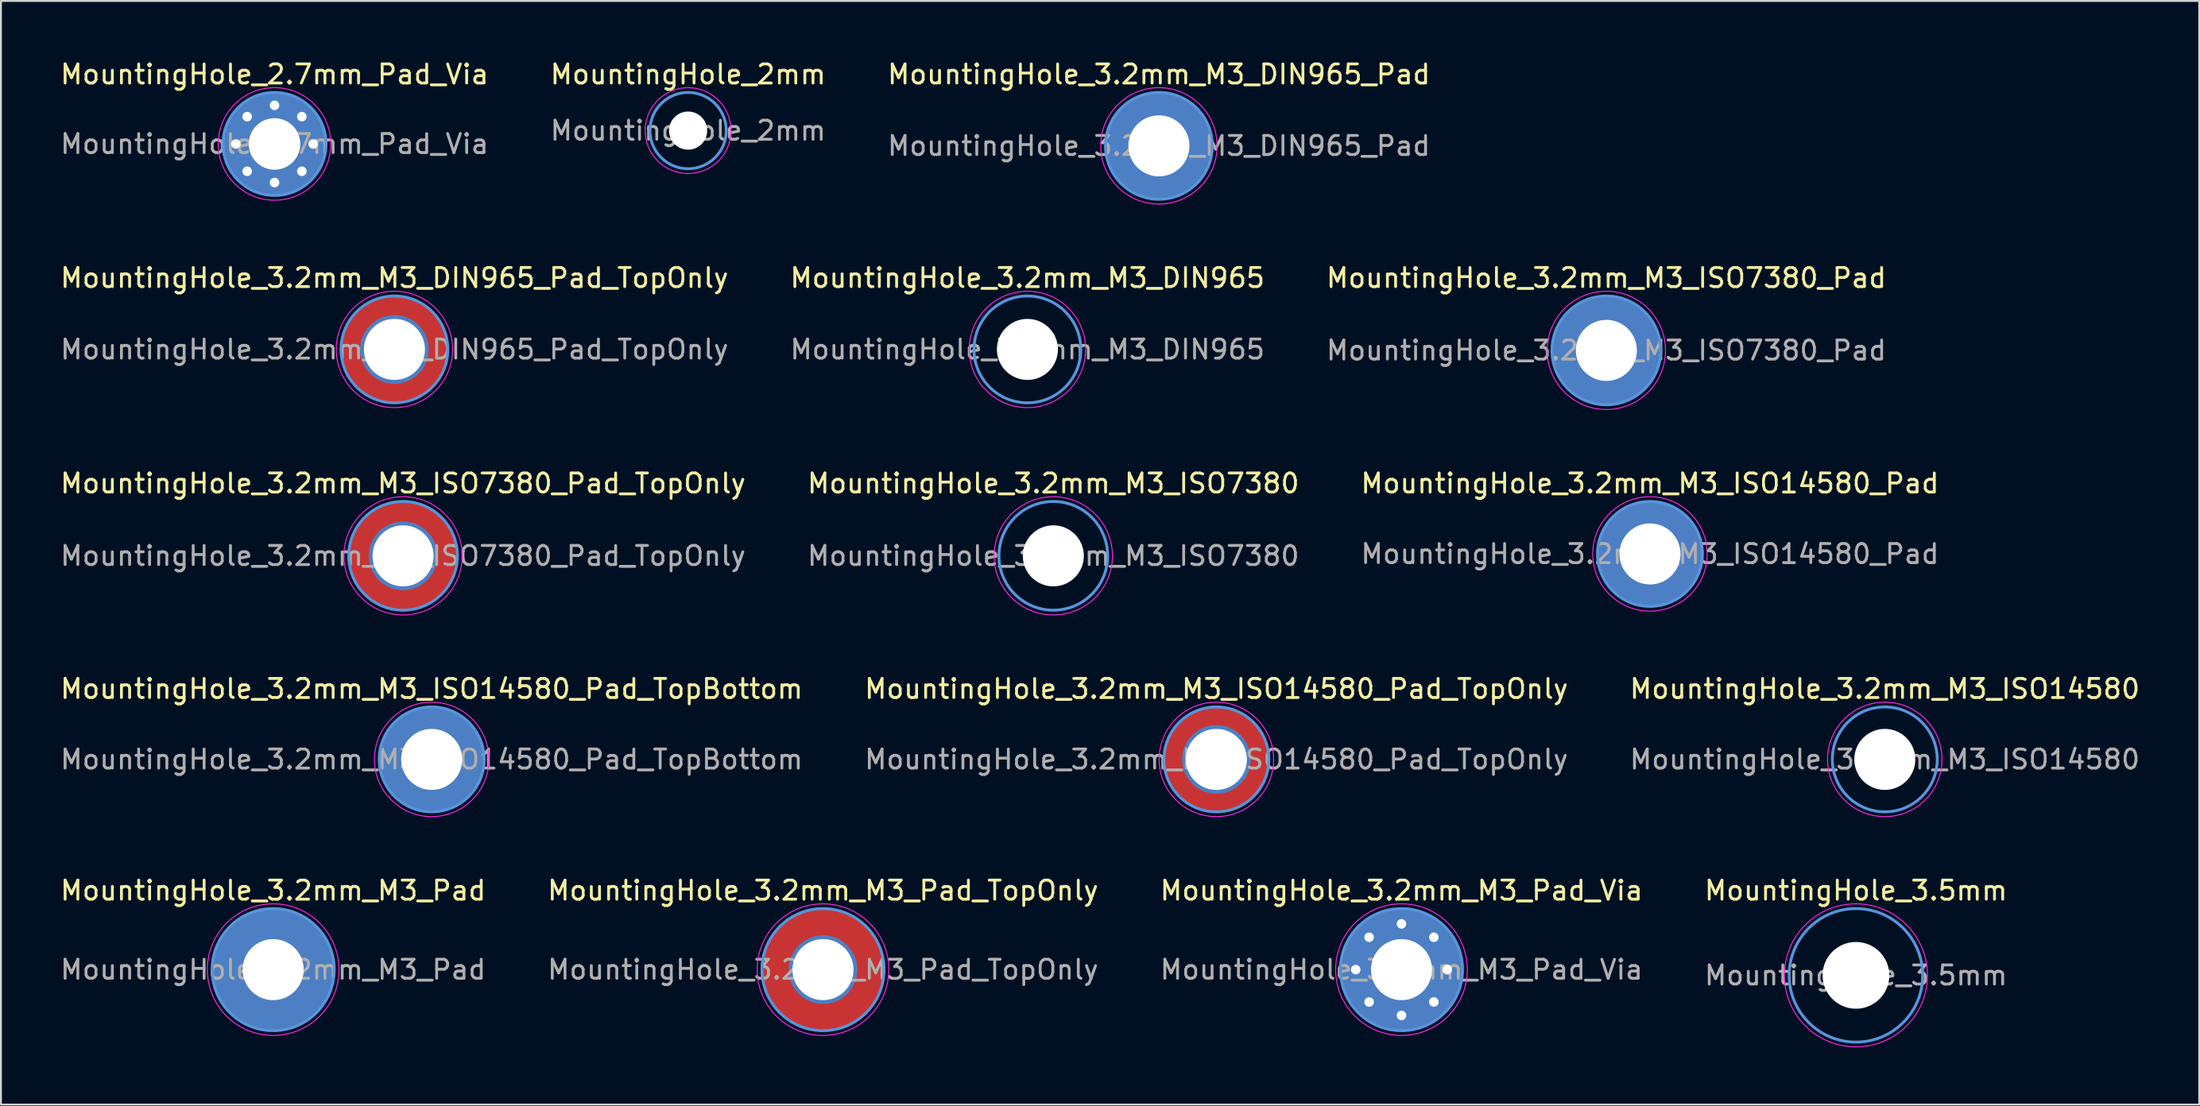
<source format=kicad_pcb>
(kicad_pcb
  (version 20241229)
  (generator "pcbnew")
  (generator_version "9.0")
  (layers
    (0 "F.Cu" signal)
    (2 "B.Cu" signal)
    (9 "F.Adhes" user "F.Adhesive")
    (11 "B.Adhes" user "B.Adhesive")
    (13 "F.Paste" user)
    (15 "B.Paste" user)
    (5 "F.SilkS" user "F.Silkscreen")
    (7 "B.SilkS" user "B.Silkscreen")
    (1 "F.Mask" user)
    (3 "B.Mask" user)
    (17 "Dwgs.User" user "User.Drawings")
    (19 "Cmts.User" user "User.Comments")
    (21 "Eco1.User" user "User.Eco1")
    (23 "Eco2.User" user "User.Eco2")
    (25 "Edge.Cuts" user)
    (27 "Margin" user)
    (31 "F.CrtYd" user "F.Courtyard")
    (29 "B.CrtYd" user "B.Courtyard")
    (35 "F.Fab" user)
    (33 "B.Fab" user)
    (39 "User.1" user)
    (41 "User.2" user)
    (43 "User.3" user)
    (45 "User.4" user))
  (footprint "MountingHole_3.2mm_M3_Pad_TopOnly"
    (layer "F.Cu")
    (at 40.089 47.791)
    (property "Reference" "MountingHole_3.2mm_M3_Pad_TopOnly" (at 0 -4.15 0) (layer "F.SilkS") (effects (font (size 1 1) (thickness 0.15))))
    (attr exclude_from_pos_files exclude_from_bom)
    (fp_circle (center 0 0) (end 3.2 0) (stroke (width 0.15) (type solid)) (fill no) (layer "Cmts.User"))
    (fp_circle (center 0 0) (end 3.45 0) (stroke (width 0.05) (type solid)) (fill no) (layer "F.CrtYd"))
    (fp_text user "${REFERENCE}" (at 0 0 0) (layer "F.Fab") (effects (font (size 1 1) (thickness 0.15))))
    (pad "1" thru_hole circle (at 0 0) (size 3.6 3.6) (drill 3.2) (layers "*.Cu" "*.Mask"))
    (pad "1" connect circle (at 0 0) (size 6.4 6.4) (layers "F.Cu" "F.Mask")))
  (footprint "MountingHole_2mm"
    (layer "F.Cu")
    (at 33.018 3.798)
    (property "Reference" "MountingHole_2mm" (at 0 -2.95 0) (layer "F.SilkS") (effects (font (size 1 1) (thickness 0.15))))
    (attr exclude_from_pos_files exclude_from_bom)
    (fp_circle (center 0 0) (end 2 0) (stroke (width 0.15) (type solid)) (fill no) (layer "Cmts.User"))
    (fp_circle (center 0 0) (end 2.25 0) (stroke (width 0.05) (type solid)) (fill no) (layer "F.CrtYd"))
    (fp_text user "${REFERENCE}" (at 0 0 0) (layer "F.Fab") (effects (font (size 1 1) (thickness 0.15))))
    (pad "" np_thru_hole circle (at 0 0) (size 2 2) (drill 2) (layers "*.Cu" "*.Mask")))
  (footprint "MountingHole_3.2mm_M3_DIN965"
    (layer "F.Cu")
    (at 50.804 15.271)
    (property "Reference" "MountingHole_3.2mm_M3_DIN965" (at 0 -3.75 0) (layer "F.SilkS") (effects (font (size 1 1) (thickness 0.15))))
    (attr exclude_from_pos_files exclude_from_bom)
    (fp_circle (center 0 0) (end 2.8 0) (stroke (width 0.15) (type solid)) (fill no) (layer "Cmts.User"))
    (fp_circle (center 0 0) (end 3.05 0) (stroke (width 0.05) (type solid)) (fill no) (layer "F.CrtYd"))
    (fp_text user "${REFERENCE}" (at 0 0 0) (layer "F.Fab") (effects (font (size 1 1) (thickness 0.15))))
    (pad "" np_thru_hole circle (at 0 0) (size 3.2 3.2) (drill 3.2) (layers "*.Cu" "*.Mask")))
  (footprint "MountingHole_3.2mm_M3_ISO7380"
    (layer "F.Cu")
    (at 52.161 26.095)
    (property "Reference" "MountingHole_3.2mm_M3_ISO7380" (at 0 -3.8 0) (layer "F.SilkS") (effects (font (size 1 1) (thickness 0.15))))
    (attr exclude_from_pos_files exclude_from_bom)
    (fp_circle (center 0 0) (end 2.85 0) (stroke (width 0.15) (type solid)) (fill no) (layer "Cmts.User"))
    (fp_circle (center 0 0) (end 3.1 0) (stroke (width 0.05) (type solid)) (fill no) (layer "F.CrtYd"))
    (fp_text user "${REFERENCE}" (at 0 0 0) (layer "F.Fab") (effects (font (size 1 1) (thickness 0.15))))
    (pad "" np_thru_hole circle (at 0 0) (size 3.2 3.2) (drill 3.2) (layers "*.Cu" "*.Mask")))
  (footprint "MountingHole_2.7mm_Pad_Via"
    (layer "F.Cu")
    (at 11.339 4.498)
    (property "Reference" "MountingHole_2.7mm_Pad_Via" (at 0 -3.65 0) (layer "F.SilkS") (effects (font (size 1 1) (thickness 0.15))))
    (attr exclude_from_pos_files exclude_from_bom)
    (fp_circle (center 0 0) (end 2.7 0) (stroke (width 0.15) (type solid)) (fill no) (layer "Cmts.User"))
    (fp_circle (center 0 0) (end 2.95 0) (stroke (width 0.05) (type solid)) (fill no) (layer "F.CrtYd"))
    (fp_text user "${REFERENCE}" (at 0 0 0) (layer "F.Fab") (effects (font (size 1 1) (thickness 0.15))))
    (pad "1" thru_hole circle (at -2.025 0) (size 0.8 0.8) (drill 0.5) (layers "*.Cu" "*.Mask"))
    (pad "1" thru_hole circle (at -1.432 -1.432) (size 0.8 0.8) (drill 0.5) (layers "*.Cu" "*.Mask"))
    (pad "1" thru_hole circle (at -1.432 1.432) (size 0.8 0.8) (drill 0.5) (layers "*.Cu" "*.Mask"))
    (pad "1" thru_hole circle (at 0 -2.025) (size 0.8 0.8) (drill 0.5) (layers "*.Cu" "*.Mask"))
    (pad "1" thru_hole circle (at 0 0) (size 5.4 5.4) (drill 2.7) (layers "*.Cu" "*.Mask"))
    (pad "1" thru_hole circle (at 0 2.025) (size 0.8 0.8) (drill 0.5) (layers "*.Cu" "*.Mask"))
    (pad "1" thru_hole circle (at 1.432 -1.432) (size 0.8 0.8) (drill 0.5) (layers "*.Cu" "*.Mask"))
    (pad "1" thru_hole circle (at 1.432 1.432) (size 0.8 0.8) (drill 0.5) (layers "*.Cu" "*.Mask"))
    (pad "1" thru_hole circle (at 2.025 0) (size 0.8 0.8) (drill 0.5) (layers "*.Cu" "*.Mask")))
  (footprint "MountingHole_3.2mm_M3_ISO14580"
    (layer "F.Cu")
    (at 95.744 36.768)
    (property "Reference" "MountingHole_3.2mm_M3_ISO14580" (at 0 -3.7 0) (layer "F.SilkS") (effects (font (size 1 1) (thickness 0.15))))
    (attr exclude_from_pos_files exclude_from_bom)
    (fp_circle (center 0 0) (end 2.75 0) (stroke (width 0.15) (type solid)) (fill no) (layer "Cmts.User"))
    (fp_circle (center 0 0) (end 3 0) (stroke (width 0.05) (type solid)) (fill no) (layer "F.CrtYd"))
    (fp_text user "${REFERENCE}" (at 0 0 0) (layer "F.Fab") (effects (font (size 1 1) (thickness 0.15))))
    (pad "" np_thru_hole circle (at 0 0) (size 3.2 3.2) (drill 3.2) (layers "*.Cu" "*.Mask")))
  (footprint "MountingHole_3.2mm_M3_DIN965_Pad"
    (layer "F.Cu")
    (at 57.696 4.598)
    (property "Reference" "MountingHole_3.2mm_M3_DIN965_Pad" (at 0 -3.75 0) (layer "F.SilkS") (effects (font (size 1 1) (thickness 0.15))))
    (attr exclude_from_pos_files exclude_from_bom)
    (fp_circle (center 0 0) (end 2.8 0) (stroke (width 0.15) (type solid)) (fill no) (layer "Cmts.User"))
    (fp_circle (center 0 0) (end 3.05 0) (stroke (width 0.05) (type solid)) (fill no) (layer "F.CrtYd"))
    (fp_text user "${REFERENCE}" (at 0 0 0) (layer "F.Fab") (effects (font (size 1 1) (thickness 0.15))))
    (pad "1" thru_hole circle (at 0 0) (size 5.6 5.6) (drill 3.2) (layers "*.Cu" "*.Mask")))
  (footprint "MountingHole_3.2mm_M3_ISO14580_Pad_TopBottom"
    (layer "F.Cu")
    (at 19.577 36.768)
    (property "Reference" "MountingHole_3.2mm_M3_ISO14580_Pad_TopBottom" (at 0 -3.7 0) (layer "F.SilkS") (effects (font (size 1 1) (thickness 0.15))))
    (attr exclude_from_pos_files exclude_from_bom)
    (fp_circle (center 0 0) (end 2.75 0) (stroke (width 0.15) (type solid)) (fill no) (layer "Cmts.User"))
    (fp_circle (center 0 0) (end 3 0) (stroke (width 0.05) (type solid)) (fill no) (layer "F.CrtYd"))
    (fp_text user "${REFERENCE}" (at 0 0 0) (layer "F.Fab") (effects (font (size 1 1) (thickness 0.15))))
    (pad "1" thru_hole circle (at 0 0) (size 3.6 3.6) (drill 3.2) (layers "*.Cu" "*.Mask"))
    (pad "1" connect circle (at 0 0) (size 5.5 5.5) (layers "F.Cu" "F.Mask"))
    (pad "1" connect circle (at 0 0) (size 5.5 5.5) (layers "B.Cu" "B.Mask")))
  (footprint "MountingHole_3.2mm_M3_Pad_Via"
    (layer "F.Cu")
    (at 70.411 47.791)
    (property "Reference" "MountingHole_3.2mm_M3_Pad_Via" (at 0 -4.15 0) (layer "F.SilkS") (effects (font (size 1 1) (thickness 0.15))))
    (attr exclude_from_pos_files exclude_from_bom)
    (fp_circle (center 0 0) (end 3.2 0) (stroke (width 0.15) (type solid)) (fill no) (layer "Cmts.User"))
    (fp_circle (center 0 0) (end 3.45 0) (stroke (width 0.05) (type solid)) (fill no) (layer "F.CrtYd"))
    (fp_text user "${REFERENCE}" (at 0 0 0) (layer "F.Fab") (effects (font (size 1 1) (thickness 0.15))))
    (pad "1" thru_hole circle (at -2.4 0) (size 0.8 0.8) (drill 0.5) (layers "*.Cu" "*.Mask"))
    (pad "1" thru_hole circle (at -1.697 -1.697) (size 0.8 0.8) (drill 0.5) (layers "*.Cu" "*.Mask"))
    (pad "1" thru_hole circle (at -1.697 1.697) (size 0.8 0.8) (drill 0.5) (layers "*.Cu" "*.Mask"))
    (pad "1" thru_hole circle (at 0 -2.4) (size 0.8 0.8) (drill 0.5) (layers "*.Cu" "*.Mask"))
    (pad "1" thru_hole circle (at 0 0) (size 6.4 6.4) (drill 3.2) (layers "*.Cu" "*.Mask"))
    (pad "1" thru_hole circle (at 0 2.4) (size 0.8 0.8) (drill 0.5) (layers "*.Cu" "*.Mask"))
    (pad "1" thru_hole circle (at 1.697 -1.697) (size 0.8 0.8) (drill 0.5) (layers "*.Cu" "*.Mask"))
    (pad "1" thru_hole circle (at 1.697 1.697) (size 0.8 0.8) (drill 0.5) (layers "*.Cu" "*.Mask"))
    (pad "1" thru_hole circle (at 2.4 0) (size 0.8 0.8) (drill 0.5) (layers "*.Cu" "*.Mask")))
  (footprint "MountingHole_3.5mm"
    (layer "F.Cu")
    (at 94.232 48.091)
    (property "Reference" "MountingHole_3.5mm" (at 0 -4.45 0) (layer "F.SilkS") (effects (font (size 1 1) (thickness 0.15))))
    (attr exclude_from_pos_files exclude_from_bom)
    (fp_circle (center 0 0) (end 3.5 0) (stroke (width 0.15) (type solid)) (fill no) (layer "Cmts.User"))
    (fp_circle (center 0 0) (end 3.75 0) (stroke (width 0.05) (type solid)) (fill no) (layer "F.CrtYd"))
    (fp_text user "${REFERENCE}" (at 0 0 0) (layer "F.Fab") (effects (font (size 1 1) (thickness 0.15))))
    (pad "" np_thru_hole circle (at 0 0) (size 3.5 3.5) (drill 3.5) (layers "*.Cu" "*.Mask")))
  (footprint "MountingHole_3.2mm_M3_ISO14580_Pad_TopOnly"
    (layer "F.Cu")
    (at 60.708 36.768)
    (property "Reference" "MountingHole_3.2mm_M3_ISO14580_Pad_TopOnly" (at 0 -3.7 0) (layer "F.SilkS") (effects (font (size 1 1) (thickness 0.15))))
    (attr exclude_from_pos_files exclude_from_bom)
    (fp_circle (center 0 0) (end 2.75 0) (stroke (width 0.15) (type solid)) (fill no) (layer "Cmts.User"))
    (fp_circle (center 0 0) (end 3 0) (stroke (width 0.05) (type solid)) (fill no) (layer "F.CrtYd"))
    (fp_text user "${REFERENCE}" (at 0 0 0) (layer "F.Fab") (effects (font (size 1 1) (thickness 0.15))))
    (pad "1" thru_hole circle (at 0 0) (size 3.6 3.6) (drill 3.2) (layers "*.Cu" "*.Mask"))
    (pad "1" connect circle (at 0 0) (size 5.5 5.5) (layers "F.Cu" "F.Mask")))
  (footprint "MountingHole_3.2mm_M3_DIN965_Pad_TopOnly"
    (layer "F.Cu")
    (at 17.625 15.271)
    (property "Reference" "MountingHole_3.2mm_M3_DIN965_Pad_TopOnly" (at 0 -3.75 0) (layer "F.SilkS") (effects (font (size 1 1) (thickness 0.15))))
    (attr exclude_from_pos_files exclude_from_bom)
    (fp_circle (center 0 0) (end 2.8 0) (stroke (width 0.15) (type solid)) (fill no) (layer "Cmts.User"))
    (fp_circle (center 0 0) (end 3.05 0) (stroke (width 0.05) (type solid)) (fill no) (layer "F.CrtYd"))
    (fp_text user "${REFERENCE}" (at 0 0 0) (layer "F.Fab") (effects (font (size 1 1) (thickness 0.15))))
    (pad "1" thru_hole circle (at 0 0) (size 3.6 3.6) (drill 3.2) (layers "*.Cu" "*.Mask"))
    (pad "1" connect circle (at 0 0) (size 5.6 5.6) (layers "F.Cu" "F.Mask")))
  (footprint "MountingHole_3.2mm_M3_ISO7380_Pad_TopOnly"
    (layer "F.Cu")
    (at 18.077 26.095)
    (property "Reference" "MountingHole_3.2mm_M3_ISO7380_Pad_TopOnly" (at 0 -3.8 0) (layer "F.SilkS") (effects (font (size 1 1) (thickness 0.15))))
    (attr exclude_from_pos_files exclude_from_bom)
    (fp_circle (center 0 0) (end 2.85 0) (stroke (width 0.15) (type solid)) (fill no) (layer "Cmts.User"))
    (fp_circle (center 0 0) (end 3.1 0) (stroke (width 0.05) (type solid)) (fill no) (layer "F.CrtYd"))
    (fp_text user "${REFERENCE}" (at 0 0 0) (layer "F.Fab") (effects (font (size 1 1) (thickness 0.15))))
    (pad "1" thru_hole circle (at 0 0) (size 3.6 3.6) (drill 3.2) (layers "*.Cu" "*.Mask"))
    (pad "1" connect circle (at 0 0) (size 5.7 5.7) (layers "F.Cu" "F.Mask")))
  (footprint "MountingHole_3.2mm_M3_ISO14580_Pad"
    (layer "F.Cu")
    (at 83.435 25.995)
    (property "Reference" "MountingHole_3.2mm_M3_ISO14580_Pad" (at 0 -3.7 0) (layer "F.SilkS") (effects (font (size 1 1) (thickness 0.15))))
    (attr exclude_from_pos_files exclude_from_bom)
    (fp_circle (center 0 0) (end 2.75 0) (stroke (width 0.15) (type solid)) (fill no) (layer "Cmts.User"))
    (fp_circle (center 0 0) (end 3 0) (stroke (width 0.05) (type solid)) (fill no) (layer "F.CrtYd"))
    (fp_text user "${REFERENCE}" (at 0 0 0) (layer "F.Fab") (effects (font (size 1 1) (thickness 0.15))))
    (pad "1" thru_hole circle (at 0 0) (size 5.5 5.5) (drill 3.2) (layers "*.Cu" "*.Mask")))
  (footprint "MountingHole_3.2mm_M3_Pad"
    (layer "F.Cu")
    (at 11.268 47.791)
    (property "Reference" "MountingHole_3.2mm_M3_Pad" (at 0 -4.15 0) (layer "F.SilkS") (effects (font (size 1 1) (thickness 0.15))))
    (attr exclude_from_pos_files exclude_from_bom)
    (fp_circle (center 0 0) (end 3.2 0) (stroke (width 0.15) (type solid)) (fill no) (layer "Cmts.User"))
    (fp_circle (center 0 0) (end 3.45 0) (stroke (width 0.05) (type solid)) (fill no) (layer "F.CrtYd"))
    (fp_text user "${REFERENCE}" (at 0 0 0) (layer "F.Fab") (effects (font (size 1 1) (thickness 0.15))))
    (pad "1" thru_hole circle (at 0 0) (size 6.4 6.4) (drill 3.2) (layers "*.Cu" "*.Mask")))
  (footprint "MountingHole_3.2mm_M3_ISO7380_Pad"
    (layer "F.Cu")
    (at 81.149 15.322)
    (property "Reference" "MountingHole_3.2mm_M3_ISO7380_Pad" (at 0 -3.8 0) (layer "F.SilkS") (effects (font (size 1 1) (thickness 0.15))))
    (attr exclude_from_pos_files exclude_from_bom)
    (fp_circle (center 0 0) (end 2.85 0) (stroke (width 0.15) (type solid)) (fill no) (layer "Cmts.User"))
    (fp_circle (center 0 0) (end 3.1 0) (stroke (width 0.05) (type solid)) (fill no) (layer "F.CrtYd"))
    (fp_text user "${REFERENCE}" (at 0 0 0) (layer "F.Fab") (effects (font (size 1 1) (thickness 0.15))))
    (pad "1" thru_hole circle (at 0 0) (size 5.7 5.7) (drill 3.2) (layers "*.Cu" "*.Mask")))
  (gr_rect
    (start -3 -3)
    (end 112.226 54.866)
    (stroke (width 0.1) (type default))
    (fill no)
    (layer "Edge.Cuts")))
</source>
